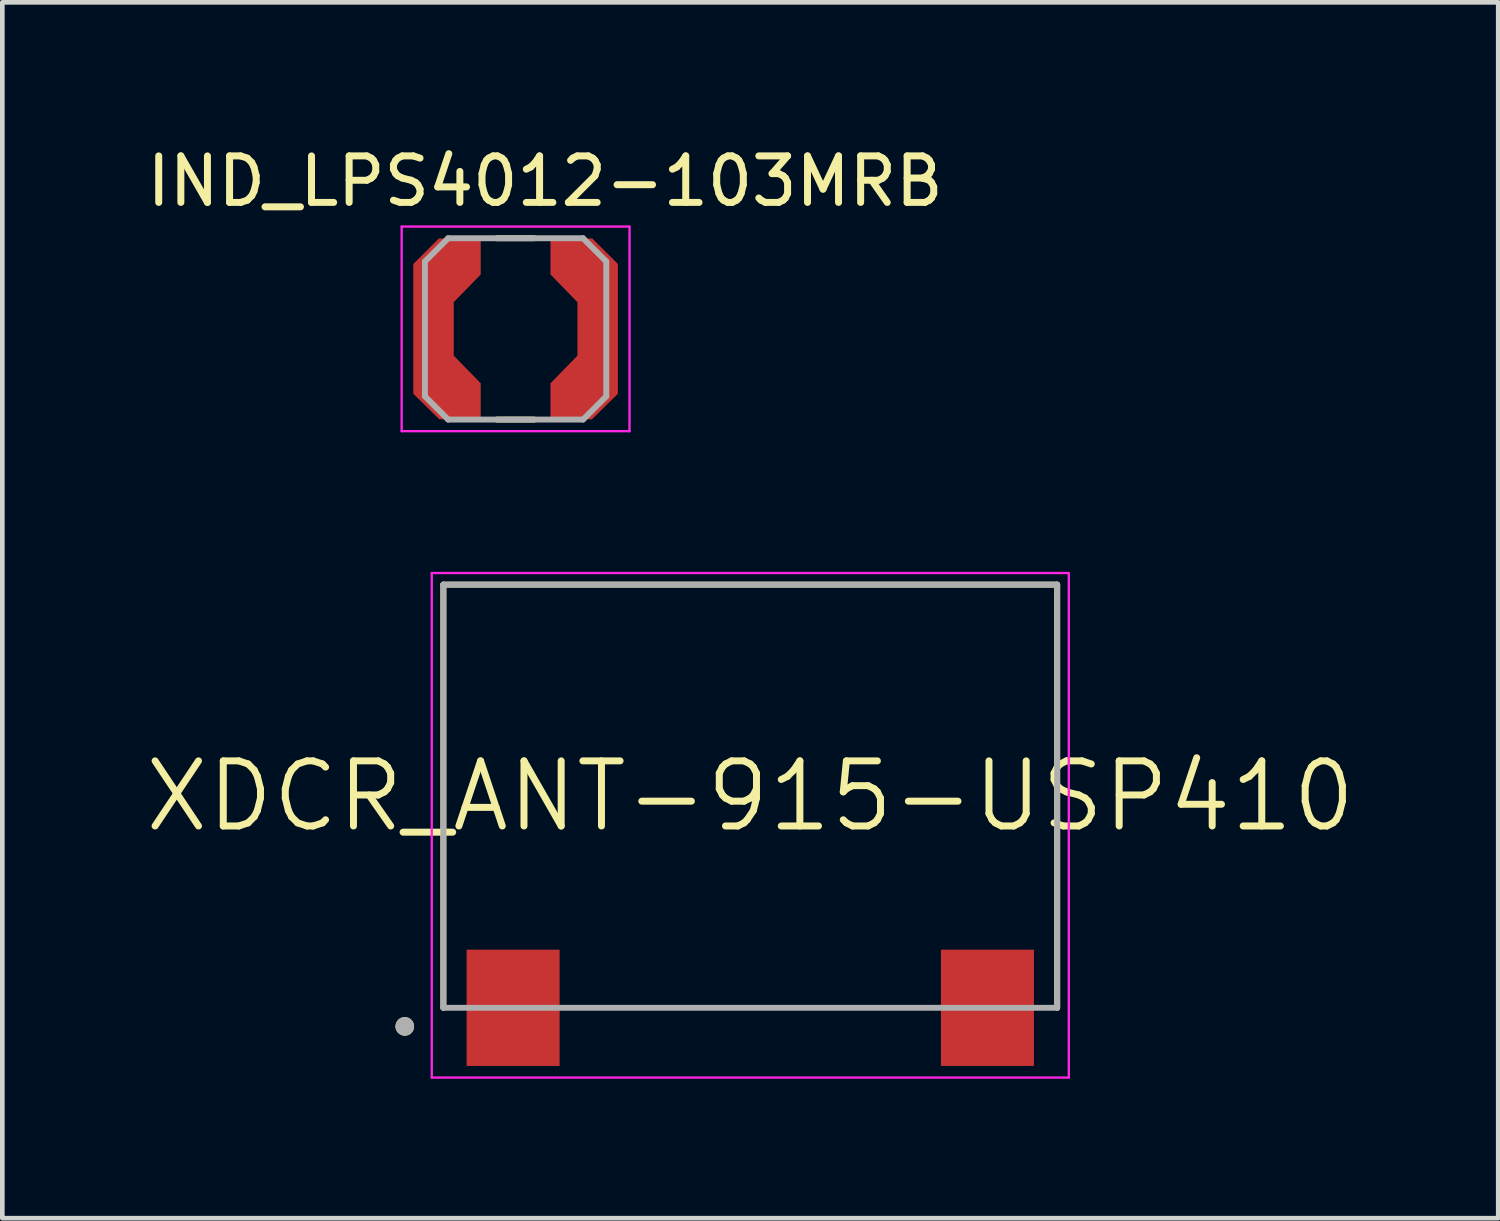
<source format=kicad_pcb>
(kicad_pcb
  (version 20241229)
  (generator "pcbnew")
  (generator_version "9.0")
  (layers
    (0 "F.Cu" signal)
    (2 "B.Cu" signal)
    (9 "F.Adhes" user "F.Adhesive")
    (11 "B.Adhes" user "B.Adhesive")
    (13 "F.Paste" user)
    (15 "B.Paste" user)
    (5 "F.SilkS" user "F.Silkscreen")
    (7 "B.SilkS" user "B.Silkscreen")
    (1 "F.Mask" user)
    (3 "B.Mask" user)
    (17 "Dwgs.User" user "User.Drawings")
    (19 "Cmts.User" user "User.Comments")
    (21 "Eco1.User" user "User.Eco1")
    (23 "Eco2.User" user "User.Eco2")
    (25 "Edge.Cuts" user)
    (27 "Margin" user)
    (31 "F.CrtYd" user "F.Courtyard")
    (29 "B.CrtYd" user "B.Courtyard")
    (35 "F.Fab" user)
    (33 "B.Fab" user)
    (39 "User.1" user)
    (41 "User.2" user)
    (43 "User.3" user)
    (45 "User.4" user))
  (footprint "IND_LPS4012-103MRB"
    (layer "F.Cu")
    (at 8.038 4.023)
    (property "Reference" "IND_LPS4012-103MRB" (at 0.635 -3.175 0) (layer "F.SilkS") (effects (font (size 1 1) (thickness 0.15))))
    (attr smd)
    (fp_poly (pts (xy 0.65 -2.05) (xy 1.7 -2.05) (xy 2.3 -1.45) (xy 2.3 1.45) (xy 1.7 2.05) (xy 0.65 2.05) (xy 0.65 1.1) (xy 1.2 0.55) (xy 1.2 -0.55) (xy 0.65 -1.1)) (stroke (width 0.0001) (type solid)) (fill yes) (layer "F.Mask"))
    (fp_poly (pts (xy -0.65 -2.05) (xy -1.65 -2.05) (xy -1.7 -2.05) (xy -2.3 -1.45) (xy -2.3 1.45) (xy -1.7 2.05) (xy -0.65 2.05) (xy -0.65 1.1) (xy -1.2 0.55) (xy -1.2 -0.55) (xy -0.65 -1.1)) (stroke (width 0.0001) (type solid)) (fill yes) (layer "F.Mask"))
    (fp_line (start -0.4 -1.95) (end 0.4 -1.95) (stroke (width 0.127) (type solid)) (layer "F.SilkS"))
    (fp_line (start -0.4 1.95) (end 0.4 1.95) (stroke (width 0.127) (type solid)) (layer "F.SilkS"))
    (fp_poly (pts (xy -2.2 -1.395) (xy -1.65 -1.945) (xy -0.75 -1.945) (xy -0.75 -1.155) (xy -1.33 -0.575) (xy -1.33 0.59) (xy -0.75 1.17) (xy -0.75 1.945) (xy -1.65 1.945) (xy -2.2 1.395)) (stroke (width 0.0001) (type solid)) (fill yes) (layer "F.Paste"))
    (fp_poly (pts (xy 2.2 -1.395) (xy 1.65 -1.945) (xy 0.75 -1.945) (xy 0.75 -1.155) (xy 1.33 -0.575) (xy 1.33 0.59) (xy 0.75 1.17) (xy 0.75 1.945) (xy 1.65 1.945) (xy 2.2 1.395)) (stroke (width 0.0001) (type solid)) (fill yes) (layer "F.Paste"))
    (fp_line (start -2.45 -2.2) (end 2.45 -2.2) (stroke (width 0.05) (type solid)) (layer "F.CrtYd"))
    (fp_line (start -2.45 2.2) (end -2.45 -2.2) (stroke (width 0.05) (type solid)) (layer "F.CrtYd"))
    (fp_line (start 2.45 -2.2) (end 2.45 2.2) (stroke (width 0.05) (type solid)) (layer "F.CrtYd"))
    (fp_line (start 2.45 2.2) (end -2.45 2.2) (stroke (width 0.05) (type solid)) (layer "F.CrtYd"))
    (fp_line (start -1.95 -1.45) (end -1.95 1.45) (stroke (width 0.127) (type solid)) (layer "F.Fab"))
    (fp_line (start -1.95 -1.45) (end -1.45 -1.95) (stroke (width 0.127) (type solid)) (layer "F.Fab"))
    (fp_line (start -1.45 -1.95) (end 1.45 -1.95) (stroke (width 0.127) (type solid)) (layer "F.Fab"))
    (fp_line (start -1.45 1.95) (end -1.95 1.45) (stroke (width 0.127) (type solid)) (layer "F.Fab"))
    (fp_line (start -1.45 1.95) (end 1.45 1.95) (stroke (width 0.127) (type solid)) (layer "F.Fab"))
    (fp_line (start 1.45 -1.95) (end 1.95 -1.45) (stroke (width 0.127) (type solid)) (layer "F.Fab"))
    (fp_line (start 1.45 1.95) (end 1.95 1.45) (stroke (width 0.127) (type solid)) (layer "F.Fab"))
    (fp_line (start 1.95 -1.45) (end 1.95 1.45) (stroke (width 0.127) (type solid)) (layer "F.Fab"))
    (pad "1" smd custom (at -1.765 0) (size 0.87 1.15) (layers "F.Cu") (options (anchor rect)) (primitives (gr_poly (pts (xy -0.435 -1.395) (xy 0.115 -1.945) (xy 1.015 -1.945) (xy 1.015 -1.17) (xy 0.435 -0.575) (xy 0.435 0.575) (xy 1.015 1.17) (xy 1.015 1.945) (xy 0.125 1.945) (xy -0.435 1.395)) (width 0.0001) (fill yes))))
    (pad "2" smd custom (at 1.765 0) (size 0.87 1.15) (layers "F.Cu") (options (anchor rect)) (primitives (gr_poly (pts (xy 0.435 -1.395) (xy -0.115 -1.945) (xy -1.015 -1.945) (xy -1.015 -1.17) (xy -0.435 -0.575) (xy -0.435 0.575) (xy -1.015 1.17) (xy -1.015 1.945) (xy -0.125 1.945) (xy 0.435 1.395)) (width 0.0001) (fill yes)))))
  (footprint "XDCR_ANT-915-USP410"
    (layer "F.Cu")
    (at 13.085 14.073)
    (property "Reference" "XDCR_ANT-915-USP410" (at 0 0 0) (layer "F.SilkS") (effects (font (size 1.4 1.4) (thickness 0.15))))
    (attr smd)
    (fp_line (start -6.6 -4.55) (end 6.6 -4.55) (stroke (width 0.127) (type solid)) (layer "F.SilkS"))
    (fp_line (start -6.6 4.55) (end -6.6 -4.55) (stroke (width 0.127) (type solid)) (layer "F.SilkS"))
    (fp_line (start 6.6 -4.55) (end 6.6 4.55) (stroke (width 0.127) (type solid)) (layer "F.SilkS"))
    (fp_circle (center -7.43 4.95) (end -7.33 4.95) (stroke (width 0.2) (type solid)) (fill no) (layer "F.SilkS"))
    (fp_line (start -6.85 -4.8) (end 6.85 -4.8) (stroke (width 0.05) (type solid)) (layer "F.CrtYd"))
    (fp_line (start -6.85 6.05) (end -6.85 -4.8) (stroke (width 0.05) (type solid)) (layer "F.CrtYd"))
    (fp_line (start 6.85 -4.8) (end 6.85 6.05) (stroke (width 0.05) (type solid)) (layer "F.CrtYd"))
    (fp_line (start 6.85 6.05) (end -6.85 6.05) (stroke (width 0.05) (type solid)) (layer "F.CrtYd"))
    (fp_line (start -6.6 -4.55) (end 6.6 -4.55) (stroke (width 0.127) (type solid)) (layer "F.Fab"))
    (fp_line (start -6.6 4.55) (end -6.6 -4.55) (stroke (width 0.127) (type solid)) (layer "F.Fab"))
    (fp_line (start 6.6 -4.55) (end 6.6 4.55) (stroke (width 0.127) (type solid)) (layer "F.Fab"))
    (fp_line (start 6.6 4.55) (end -6.6 4.55) (stroke (width 0.127) (type solid)) (layer "F.Fab"))
    (fp_circle (center -7.43 4.95) (end -7.33 4.95) (stroke (width 0.2) (type solid)) (fill no) (layer "F.Fab"))
    (pad "1" smd rect (at -5.1 4.55) (size 2 2.5) (layers "F.Cu" "F.Mask" "F.Paste"))
    (pad "2" smd rect (at 5.1 4.55) (size 2 2.5) (layers "F.Cu" "F.Mask" "F.Paste"))
    (zone (net_name "") (layer "F.Cu") (hatch full 0.508) (connect_pads) (min_thickness 0.01) (filled_areas_thickness no) (keepout (tracks not_allowed) (vias not_allowed) (pads not_allowed) (copperpour not_allowed) (footprints allowed)) (placement (enabled no)) (fill) (polygon (pts (xy 6.485 9.523) (xy 19.685 9.523) (xy 19.685 18.623) (xy 19.185 18.623) (xy 19.185 17.373) (xy 17.185 17.373) (xy 17.185 18.623) (xy 8.985 18.623) (xy 8.985 17.373) (xy 6.985 17.373) (xy 6.985 18.623) (xy 6.485 18.623))))
    (zone (net_name "") (layers "F.Cu" "B.Cu") (hatch full 0.508) (connect_pads) (min_thickness 0.01) (filled_areas_thickness no) (keepout (tracks allowed) (vias not_allowed) (pads allowed) (copperpour allowed) (footprints allowed)) (placement (enabled no)) (fill) (polygon (pts (xy 6.485 9.523) (xy 19.685 9.523) (xy 19.685 18.623) (xy 19.185 18.623) (xy 19.185 17.373) (xy 17.185 17.373) (xy 17.185 18.623) (xy 8.985 18.623) (xy 8.985 17.373) (xy 6.985 17.373) (xy 6.985 18.623) (xy 6.485 18.623)))))
  (gr_rect
    (start -3 -3)
    (end 29.17 23.148)
    (stroke (width 0.1) (type default))
    (fill no)
    (layer "Edge.Cuts")))
</source>
